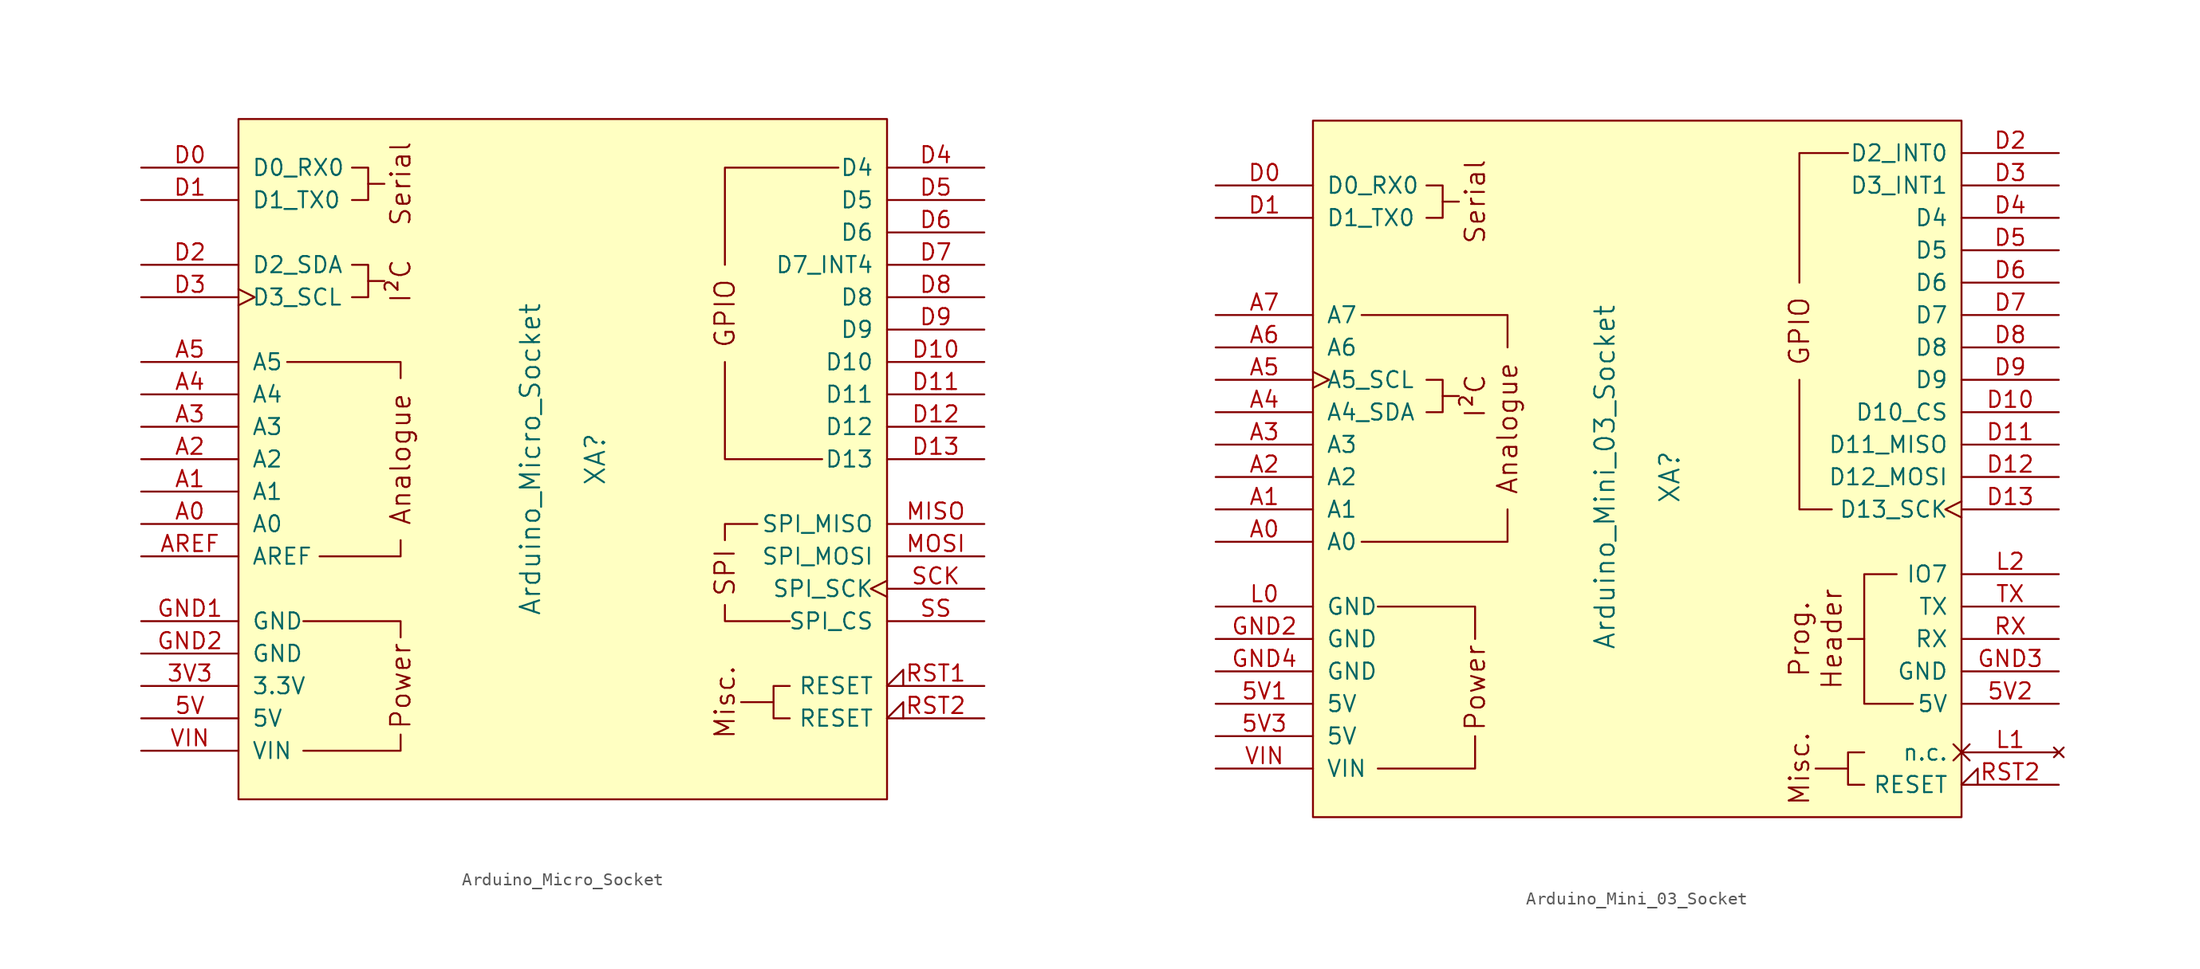
<source format=kicad_sym>
(kicad_symbol_lib
  (version 20220914)
  (generator kicad_symbol_editor)
  (symbol "Arduino_Micro_Socket"
    (pin_names
      (offset 1.016))
    (property "Reference" "XA"
      (at 2.54 0 90)
      (effects (font (size 1.524 1.524))))
    (property "Value" "Arduino_Micro_Socket"
      (at -2.54 0 90)
      (effects (font (size 1.524 1.524))))
    (symbol "Arduino_Micro_Socket_0_0"
      (rectangle (start -25.4 26.67) (end 25.4 -26.67) (stroke (width 0) (type default)) (fill (type background)))
      (polyline (pts (xy -15.24 13.97) (xy -13.97 13.97)) (stroke (width 0) (type default)) (fill (type none)))
      (polyline (pts (xy -15.24 21.59) (xy -13.97 21.59)) (stroke (width 0) (type default)) (fill (type none)))
      (polyline (pts (xy 16.51 -19.05) (xy 13.97 -19.05)) (stroke (width 0) (type default)) (fill (type none)))
      (polyline (pts (xy -20.32 -22.86) (xy -12.7 -22.86) (xy -12.7 -21.59)) (stroke (width 0) (type default)) (fill (type none)))
      (polyline (pts (xy -12.7 -13.97) (xy -12.7 -12.7) (xy -20.32 -12.7)) (stroke (width 0) (type default)) (fill (type none)))
      (polyline (pts (xy -12.7 -6.35) (xy -12.7 -7.62) (xy -19.05 -7.62)) (stroke (width 0) (type default)) (fill (type none)))
      (polyline (pts (xy -12.7 6.35) (xy -12.7 7.62) (xy -21.59 7.62)) (stroke (width 0) (type default)) (fill (type none)))
      (polyline (pts (xy 12.7 -11.43) (xy 12.7 -12.7) (xy 17.78 -12.7)) (stroke (width 0) (type default)) (fill (type none)))
      (polyline (pts (xy 12.7 7.62) (xy 12.7 0) (xy 20.32 0)) (stroke (width 0) (type default)) (fill (type none)))
      (polyline (pts (xy 15.24 -5.08) (xy 12.7 -5.08) (xy 12.7 -6.35)) (stroke (width 0) (type default)) (fill (type none)))
      (polyline (pts (xy 21.59 22.86) (xy 12.7 22.86) (xy 12.7 15.24)) (stroke (width 0) (type default)) (fill (type none)))
      (polyline (pts (xy -16.51 15.24) (xy -15.24 15.24) (xy -15.24 12.7) (xy -16.51 12.7)) (stroke (width 0) (type default)) (fill (type none)))
      (polyline (pts (xy -16.51 22.86) (xy -15.24 22.86) (xy -15.24 20.32) (xy -16.51 20.32)) (stroke (width 0) (type default)) (fill (type none)))
      (text "Analogue" (at -12.7 0 900) (effects (font (size 1.524 1.524))))
      (text "I²C" (at -12.7 13.97 900) (effects (font (size 1.524 1.524))))
      (text "Misc." (at 12.7 -19.05 900) (effects (font (size 1.524 1.524))))
      (text "Power" (at -12.7 -17.78 900) (effects (font (size 1.524 1.524))))
      (text "Serial" (at -12.7 21.59 900) (effects (font (size 1.524 1.524))))
      (text "SPI" (at 12.7 -8.89 900) (effects (font (size 1.524 1.524)))))
    (symbol "Arduino_Micro_Socket_0_1"
      (polyline (pts (xy 17.78 -17.78) (xy 16.51 -17.78) (xy 16.51 -20.32) (xy 17.78 -20.32)) (stroke (width 0) (type default)) (fill (type none))))
    (symbol "Arduino_Micro_Socket_1_0"
      (text "GPIO" (at 12.7 11.43 900) (effects (font (size 1.524 1.524)))))
    (symbol "Arduino_Micro_Socket_1_1"
      (pin power_in line (at -33.02 -17.78 0) (length 7.62) (name "3.3V" (effects (font (size 1.27 1.27)))) (number "3V3" (effects (font (size 1.27 1.27)))))
      (pin power_in line (at -33.02 -20.32 0) (length 7.62) (name "5V" (effects (font (size 1.27 1.27)))) (number "5V" (effects (font (size 1.27 1.27)))))
      (pin bidirectional line (at -33.02 -5.08 0) (length 7.62) (name "A0" (effects (font (size 1.27 1.27)))) (number "A0" (effects (font (size 1.27 1.27)))))
      (pin bidirectional line (at -33.02 -2.54 0) (length 7.62) (name "A1" (effects (font (size 1.27 1.27)))) (number "A1" (effects (font (size 1.27 1.27)))))
      (pin bidirectional line (at -33.02 0 0) (length 7.62) (name "A2" (effects (font (size 1.27 1.27)))) (number "A2" (effects (font (size 1.27 1.27)))))
      (pin bidirectional line (at -33.02 2.54 0) (length 7.62) (name "A3" (effects (font (size 1.27 1.27)))) (number "A3" (effects (font (size 1.27 1.27)))))
      (pin bidirectional line (at -33.02 5.08 0) (length 7.62) (name "A4" (effects (font (size 1.27 1.27)))) (number "A4" (effects (font (size 1.27 1.27)))))
      (pin bidirectional line (at -33.02 7.62 0) (length 7.62) (name "A5" (effects (font (size 1.27 1.27)))) (number "A5" (effects (font (size 1.27 1.27)))))
      (pin input line (at -33.02 -7.62 0) (length 7.62) (name "AREF" (effects (font (size 1.27 1.27)))) (number "AREF" (effects (font (size 1.27 1.27)))))
      (pin bidirectional line (at -33.02 22.86 0) (length 7.62) (name "D0_RX0" (effects (font (size 1.27 1.27)))) (number "D0" (effects (font (size 1.27 1.27)))))
      (pin bidirectional line (at -33.02 20.32 0) (length 7.62) (name "D1_TX0" (effects (font (size 1.27 1.27)))) (number "D1" (effects (font (size 1.27 1.27)))))
      (pin bidirectional line (at 33.02 7.62 180) (length 7.62) (name "D10" (effects (font (size 1.27 1.27)))) (number "D10" (effects (font (size 1.27 1.27)))))
      (pin bidirectional line (at 33.02 5.08 180) (length 7.62) (name "D11" (effects (font (size 1.27 1.27)))) (number "D11" (effects (font (size 1.27 1.27)))))
      (pin bidirectional line (at 33.02 2.54 180) (length 7.62) (name "D12" (effects (font (size 1.27 1.27)))) (number "D12" (effects (font (size 1.27 1.27)))))
      (pin bidirectional line (at 33.02 0 180) (length 7.62) (name "D13" (effects (font (size 1.27 1.27)))) (number "D13" (effects (font (size 1.27 1.27)))))
      (pin bidirectional line (at -33.02 15.24 0) (length 7.62) (name "D2_SDA" (effects (font (size 1.27 1.27)))) (number "D2" (effects (font (size 1.27 1.27)))))
      (pin bidirectional clock (at -33.02 12.7 0) (length 7.62) (name "D3_SCL" (effects (font (size 1.27 1.27)))) (number "D3" (effects (font (size 1.27 1.27)))))
      (pin bidirectional line (at 33.02 22.86 180) (length 7.62) (name "D4" (effects (font (size 1.27 1.27)))) (number "D4" (effects (font (size 1.27 1.27)))))
      (pin bidirectional line (at 33.02 20.32 180) (length 7.62) (name "D5" (effects (font (size 1.27 1.27)))) (number "D5" (effects (font (size 1.27 1.27)))))
      (pin bidirectional line (at 33.02 17.78 180) (length 7.62) (name "D6" (effects (font (size 1.27 1.27)))) (number "D6" (effects (font (size 1.27 1.27)))))
      (pin bidirectional line (at 33.02 15.24 180) (length 7.62) (name "D7_INT4" (effects (font (size 1.27 1.27)))) (number "D7" (effects (font (size 1.27 1.27)))))
      (pin bidirectional line (at 33.02 12.7 180) (length 7.62) (name "D8" (effects (font (size 1.27 1.27)))) (number "D8" (effects (font (size 1.27 1.27)))))
      (pin bidirectional line (at 33.02 10.16 180) (length 7.62) (name "D9" (effects (font (size 1.27 1.27)))) (number "D9" (effects (font (size 1.27 1.27)))))
      (pin power_in line (at -33.02 -12.7 0) (length 7.62) (name "GND" (effects (font (size 1.27 1.27)))) (number "GND1" (effects (font (size 1.27 1.27)))))
      (pin power_in line (at -33.02 -15.24 0) (length 7.62) (name "GND" (effects (font (size 1.27 1.27)))) (number "GND2" (effects (font (size 1.27 1.27)))))
      (pin input line (at 33.02 -5.08 180) (length 7.62) (name "SPI_MISO" (effects (font (size 1.27 1.27)))) (number "MISO" (effects (font (size 1.27 1.27)))))
      (pin output line (at 33.02 -7.62 180) (length 7.62) (name "SPI_MOSI" (effects (font (size 1.27 1.27)))) (number "MOSI" (effects (font (size 1.27 1.27)))))
      (pin open_collector input_low (at 33.02 -17.78 180) (length 7.62) (name "RESET" (effects (font (size 1.27 1.27)))) (number "RST1" (effects (font (size 1.27 1.27)))))
      (pin open_collector input_low (at 33.02 -20.32 180) (length 7.62) (name "RESET" (effects (font (size 1.27 1.27)))) (number "RST2" (effects (font (size 1.27 1.27)))))
      (pin output clock (at 33.02 -10.16 180) (length 7.62) (name "SPI_SCK" (effects (font (size 1.27 1.27)))) (number "SCK" (effects (font (size 1.27 1.27)))))
      (pin bidirectional line (at 33.02 -12.7 180) (length 7.62) (name "SPI_CS" (effects (font (size 1.27 1.27)))) (number "SS" (effects (font (size 1.27 1.27)))))
      (pin power_in line (at -33.02 -22.86 0) (length 7.62) (name "VIN" (effects (font (size 1.27 1.27)))) (number "VIN" (effects (font (size 1.27 1.27)))))))
  (symbol "Arduino_Mini_03_Socket"
    (pin_names
      (offset 1.016))
    (property "Reference" "XA"
      (at 2.54 0 90)
      (effects (font (size 1.524 1.524))))
    (property "Value" "Arduino_Mini_03_Socket"
      (at -2.54 0 90)
      (effects (font (size 1.524 1.524))))
    (symbol "Arduino_Mini_03_Socket_0_0"
      (rectangle (start -25.4 27.94) (end 25.4 -26.67) (stroke (width 0) (type default)) (fill (type background)))
      (polyline (pts (xy -15.24 6.35) (xy -13.97 6.35)) (stroke (width 0) (type default)) (fill (type none)))
      (polyline (pts (xy -15.24 21.59) (xy -13.97 21.59)) (stroke (width 0) (type default)) (fill (type none)))
      (polyline (pts (xy 16.51 -22.86) (xy 13.97 -22.86)) (stroke (width 0) (type default)) (fill (type none)))
      (polyline (pts (xy -20.32 -22.86) (xy -12.7 -22.86) (xy -12.7 -20.32)) (stroke (width 0) (type default)) (fill (type none)))
      (polyline (pts (xy -12.7 -12.7) (xy -12.7 -10.16) (xy -20.32 -10.16)) (stroke (width 0) (type default)) (fill (type none)))
      (polyline (pts (xy -10.16 -2.54) (xy -10.16 -5.08) (xy -21.59 -5.08)) (stroke (width 0) (type default)) (fill (type none)))
      (polyline (pts (xy -10.16 10.16) (xy -10.16 12.7) (xy -21.59 12.7)) (stroke (width 0) (type default)) (fill (type none)))
      (polyline (pts (xy 17.78 -12.7) (xy 17.78 -17.78) (xy 21.59 -17.78)) (stroke (width 0) (type default)) (fill (type none)))
      (polyline (pts (xy -16.51 7.62) (xy -15.24 7.62) (xy -15.24 5.08) (xy -16.51 5.08)) (stroke (width 0) (type default)) (fill (type none)))
      (polyline (pts (xy -16.51 22.86) (xy -15.24 22.86) (xy -15.24 20.32) (xy -16.51 20.32)) (stroke (width 0) (type default)) (fill (type none)))
      (polyline (pts (xy 20.32 -7.62) (xy 17.78 -7.62) (xy 17.78 -12.7) (xy 16.51 -12.7)) (stroke (width 0) (type default)) (fill (type none)))
      (text "Analogue" (at -10.16 3.81 900) (effects (font (size 1.524 1.524))))
      (text "Header" (at 15.24 -12.7 900) (effects (font (size 1.524 1.524))))
      (text "I²C" (at -12.7 6.35 900) (effects (font (size 1.524 1.524))))
      (text "Misc." (at 12.7 -22.86 900) (effects (font (size 1.524 1.524))))
      (text "Power" (at -12.7 -16.51 900) (effects (font (size 1.524 1.524))))
      (text "Prog." (at 12.7 -12.7 900) (effects (font (size 1.524 1.524))))
      (text "Serial" (at -12.7 21.59 900) (effects (font (size 1.524 1.524)))))
    (symbol "Arduino_Mini_03_Socket_0_1"
      (polyline (pts (xy 15.24 -2.54) (xy 12.7 -2.54) (xy 12.7 7.62)) (stroke (width 0) (type default)) (fill (type none)))
      (polyline (pts (xy 16.51 25.4) (xy 12.7 25.4) (xy 12.7 15.24)) (stroke (width 0) (type default)) (fill (type none)))
      (polyline (pts (xy 17.78 -21.59) (xy 16.51 -21.59) (xy 16.51 -24.13) (xy 17.78 -24.13)) (stroke (width 0) (type default)) (fill (type none))))
    (symbol "Arduino_Mini_03_Socket_1_0"
      (text "GPIO" (at 12.7 11.43 900) (effects (font (size 1.524 1.524)))))
    (symbol "Arduino_Mini_03_Socket_1_1"
      (pin power_in line (at -33.02 -17.78 0) (length 7.62) (name "5V" (effects (font (size 1.27 1.27)))) (number "5V1" (effects (font (size 1.27 1.27)))))
      (pin power_in line (at 33.02 -17.78 180) (length 7.62) (name "5V" (effects (font (size 1.27 1.27)))) (number "5V2" (effects (font (size 1.27 1.27)))))
      (pin power_in line (at -33.02 -20.32 0) (length 7.62) (name "5V" (effects (font (size 1.27 1.27)))) (number "5V3" (effects (font (size 1.27 1.27)))))
      (pin bidirectional line (at -33.02 -5.08 0) (length 7.62) (name "A0" (effects (font (size 1.27 1.27)))) (number "A0" (effects (font (size 1.27 1.27)))))
      (pin bidirectional line (at -33.02 -2.54 0) (length 7.62) (name "A1" (effects (font (size 1.27 1.27)))) (number "A1" (effects (font (size 1.27 1.27)))))
      (pin bidirectional line (at -33.02 0 0) (length 7.62) (name "A2" (effects (font (size 1.27 1.27)))) (number "A2" (effects (font (size 1.27 1.27)))))
      (pin bidirectional line (at -33.02 2.54 0) (length 7.62) (name "A3" (effects (font (size 1.27 1.27)))) (number "A3" (effects (font (size 1.27 1.27)))))
      (pin bidirectional line (at -33.02 5.08 0) (length 7.62) (name "A4_SDA" (effects (font (size 1.27 1.27)))) (number "A4" (effects (font (size 1.27 1.27)))))
      (pin bidirectional clock (at -33.02 7.62 0) (length 7.62) (name "A5_SCL" (effects (font (size 1.27 1.27)))) (number "A5" (effects (font (size 1.27 1.27)))))
      (pin input line (at -33.02 10.16 0) (length 7.62) (name "A6" (effects (font (size 1.27 1.27)))) (number "A6" (effects (font (size 1.27 1.27)))))
      (pin input line (at -33.02 12.7 0) (length 7.62) (name "A7" (effects (font (size 1.27 1.27)))) (number "A7" (effects (font (size 1.27 1.27)))))
      (pin bidirectional line (at -33.02 22.86 0) (length 7.62) (name "D0_RX0" (effects (font (size 1.27 1.27)))) (number "D0" (effects (font (size 1.27 1.27)))))
      (pin bidirectional line (at -33.02 20.32 0) (length 7.62) (name "D1_TX0" (effects (font (size 1.27 1.27)))) (number "D1" (effects (font (size 1.27 1.27)))))
      (pin bidirectional line (at 33.02 5.08 180) (length 7.62) (name "D10_CS" (effects (font (size 1.27 1.27)))) (number "D10" (effects (font (size 1.27 1.27)))))
      (pin bidirectional line (at 33.02 2.54 180) (length 7.62) (name "D11_MISO" (effects (font (size 1.27 1.27)))) (number "D11" (effects (font (size 1.27 1.27)))))
      (pin bidirectional line (at 33.02 0 180) (length 7.62) (name "D12_MOSI" (effects (font (size 1.27 1.27)))) (number "D12" (effects (font (size 1.27 1.27)))))
      (pin bidirectional clock (at 33.02 -2.54 180) (length 7.62) (name "D13_SCK" (effects (font (size 1.27 1.27)))) (number "D13" (effects (font (size 1.27 1.27)))))
      (pin bidirectional line (at 33.02 25.4 180) (length 7.62) (name "D2_INT0" (effects (font (size 1.27 1.27)))) (number "D2" (effects (font (size 1.27 1.27)))))
      (pin bidirectional line (at 33.02 22.86 180) (length 7.62) (name "D3_INT1" (effects (font (size 1.27 1.27)))) (number "D3" (effects (font (size 1.27 1.27)))))
      (pin bidirectional line (at 33.02 20.32 180) (length 7.62) (name "D4" (effects (font (size 1.27 1.27)))) (number "D4" (effects (font (size 1.27 1.27)))))
      (pin bidirectional line (at 33.02 17.78 180) (length 7.62) (name "D5" (effects (font (size 1.27 1.27)))) (number "D5" (effects (font (size 1.27 1.27)))))
      (pin bidirectional line (at 33.02 15.24 180) (length 7.62) (name "D6" (effects (font (size 1.27 1.27)))) (number "D6" (effects (font (size 1.27 1.27)))))
      (pin bidirectional line (at 33.02 12.7 180) (length 7.62) (name "D7" (effects (font (size 1.27 1.27)))) (number "D7" (effects (font (size 1.27 1.27)))))
      (pin bidirectional line (at 33.02 10.16 180) (length 7.62) (name "D8" (effects (font (size 1.27 1.27)))) (number "D8" (effects (font (size 1.27 1.27)))))
      (pin bidirectional line (at 33.02 7.62 180) (length 7.62) (name "D9" (effects (font (size 1.27 1.27)))) (number "D9" (effects (font (size 1.27 1.27)))))
      (pin power_in line (at -33.02 -12.7 0) (length 7.62) (name "GND" (effects (font (size 1.27 1.27)))) (number "GND2" (effects (font (size 1.27 1.27)))))
      (pin power_in line (at 33.02 -15.24 180) (length 7.62) (name "GND" (effects (font (size 1.27 1.27)))) (number "GND3" (effects (font (size 1.27 1.27)))))
      (pin power_in line (at -33.02 -15.24 0) (length 7.62) (name "GND" (effects (font (size 1.27 1.27)))) (number "GND4" (effects (font (size 1.27 1.27)))))
      (pin power_in line (at -33.02 -10.16 0) (length 7.62) (name "GND" (effects (font (size 1.27 1.27)))) (number "L0" (effects (font (size 1.27 1.27)))))
      (pin no_connect non_logic (at 33.02 -21.59 180) (length 7.62) (name "n.c." (effects (font (size 1.27 1.27)))) (number "L1" (effects (font (size 1.27 1.27)))))
      (pin bidirectional line (at 33.02 -7.62 180) (length 7.62) (name "IO7" (effects (font (size 1.27 1.27)))) (number "L2" (effects (font (size 1.27 1.27)))))
      (pin open_collector input_low (at 33.02 -24.13 180) (length 7.62) (name "RESET" (effects (font (size 1.27 1.27)))) (number "RST2" (effects (font (size 1.27 1.27)))))
      (pin bidirectional line (at 33.02 -12.7 180) (length 7.62) (name "RX" (effects (font (size 1.27 1.27)))) (number "RX" (effects (font (size 1.27 1.27)))))
      (pin bidirectional line (at 33.02 -10.16 180) (length 7.62) (name "TX" (effects (font (size 1.27 1.27)))) (number "TX" (effects (font (size 1.27 1.27)))))
      (pin power_in line (at -33.02 -22.86 0) (length 7.62) (name "VIN" (effects (font (size 1.27 1.27)))) (number "VIN" (effects (font (size 1.27 1.27))))))))
</source>
